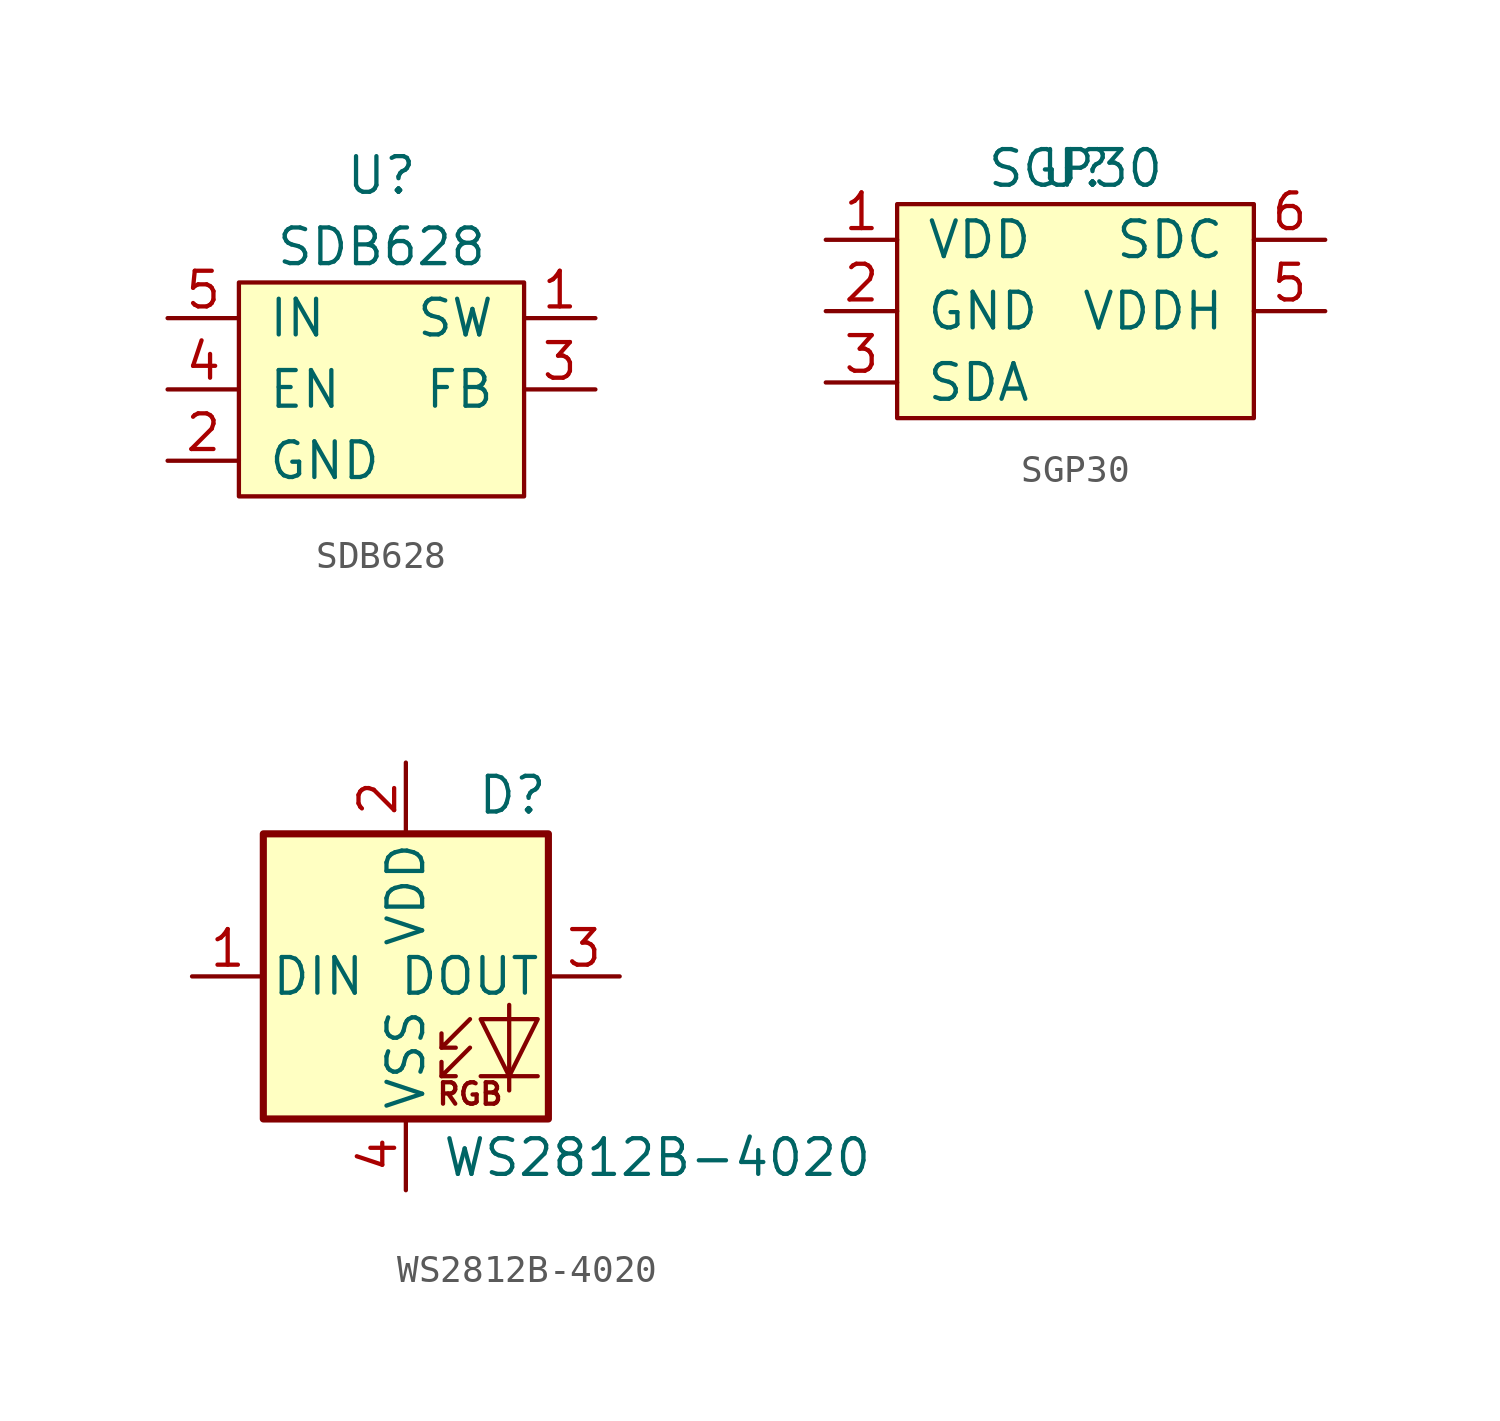
<source format=kicad_sym>
(kicad_symbol_lib
  (version 20211014)
  (generator kicad_symbol_editor)
  (symbol "SDB628"
    (pin_names
      (offset 1.016))
    (property "Reference" "U"
      (at 0 1.27 0)
      (effects (font (size 1.27 1.27))))
    (property "Value" "SDB628"
      (at 0 -1.27 0)
      (effects (font (size 1.27 1.27))))
    (symbol "SDB628_0_0"
      (pin power_out line (at 7.62 -3.81 180) (length 2.54) (name "SW" (effects (font (size 1.27 1.27)))) (number "1" (effects (font (size 1.27 1.27)))))
      (pin input line (at -7.62 -8.89 0) (length 2.54) (name "GND" (effects (font (size 1.27 1.27)))) (number "2" (effects (font (size 1.27 1.27)))))
      (pin input line (at 7.62 -6.35 180) (length 2.54) (name "FB" (effects (font (size 1.27 1.27)))) (number "3" (effects (font (size 1.27 1.27)))))
      (pin input line (at -7.62 -6.35 0) (length 2.54) (name "EN" (effects (font (size 1.27 1.27)))) (number "4" (effects (font (size 1.27 1.27)))))
      (pin power_in line (at -7.62 -3.81 0) (length 2.54) (name "IN" (effects (font (size 1.27 1.27)))) (number "5" (effects (font (size 1.27 1.27)))))
      (pin no_connect line (at 7.62 -8.89 180) (length 2.54) hide (name "NC" (effects (font (size 1.27 1.27)))) (number "6" (effects (font (size 1.27 1.27))))))
    (symbol "SDB628_0_1"
      (rectangle (start -5.08 -2.54) (end 5.08 -10.16) (stroke (width 0) (type default) (color 0 0 0 0)) (fill (type background)))))
  (symbol "SGP30"
    (pin_names
      (offset 1.016))
    (property "Reference" "U"
      (at 0 0 0)
      (effects (font (size 1.27 1.27))))
    (property "Value" "SGP30"
      (at 0 0 0)
      (effects (font (size 1.27 1.27))))
    (symbol "SGP30_0_0"
      (pin power_in line (at -8.89 -2.54 0) (length 2.54) (name "VDD" (effects (font (size 1.27 1.27)))) (number "1" (effects (font (size 1.27 1.27)))))
      (pin power_in line (at -8.89 -5.08 0) (length 2.54) (name "GND" (effects (font (size 1.27 1.27)))) (number "2" (effects (font (size 1.27 1.27)))))
      (pin bidirectional line (at -8.89 -7.62 0) (length 2.54) (name "SDA" (effects (font (size 1.27 1.27)))) (number "3" (effects (font (size 1.27 1.27)))))
      (pin no_connect line (at 8.89 -7.62 180) (length 2.54) hide (name "NC" (effects (font (size 1.27 1.27)))) (number "4" (effects (font (size 1.27 1.27)))))
      (pin power_in line (at 8.89 -5.08 180) (length 2.54) (name "VDDH" (effects (font (size 1.27 1.27)))) (number "5" (effects (font (size 1.27 1.27)))))
      (pin bidirectional line (at 8.89 -2.54 180) (length 2.54) (name "SDC" (effects (font (size 1.27 1.27)))) (number "6" (effects (font (size 1.27 1.27))))))
    (symbol "SGP30_0_1"
      (rectangle (start -6.35 -1.27) (end 6.35 -8.89) (stroke (width 0) (type default) (color 0 0 0 0)) (fill (type background)))))
  (symbol "WS2812B-4020"
    (pin_names
      (offset 0.254))
    (property "Reference" "D"
      (at 5.08 5.715 0)
      (effects (font (size 1.27 1.27)) (justify right bottom)))
    (property "Value" "WS2812B-4020"
      (at 1.27 -5.715 0)
      (effects (font (size 1.27 1.27)) (justify left top)))
    (symbol "WS2812B-4020_0_0"
      (text "RGB" (at 2.286 -4.191 0) (effects (font (size 0.762 0.762)))))
    (symbol "WS2812B-4020_0_1"
      (polyline (pts (xy 1.27 -3.556) (xy 1.778 -3.556)) (stroke (width 0) (type default) (color 0 0 0 0)) (fill (type none)))
      (polyline (pts (xy 1.27 -2.54) (xy 1.778 -2.54)) (stroke (width 0) (type default) (color 0 0 0 0)) (fill (type none)))
      (polyline (pts (xy 4.699 -3.556) (xy 2.667 -3.556)) (stroke (width 0) (type default) (color 0 0 0 0)) (fill (type none)))
      (polyline (pts (xy 2.286 -2.54) (xy 1.27 -3.556) (xy 1.27 -3.048)) (stroke (width 0) (type default) (color 0 0 0 0)) (fill (type none)))
      (polyline (pts (xy 2.286 -1.524) (xy 1.27 -2.54) (xy 1.27 -2.032)) (stroke (width 0) (type default) (color 0 0 0 0)) (fill (type none)))
      (polyline (pts (xy 3.683 -1.016) (xy 3.683 -3.556) (xy 3.683 -4.064)) (stroke (width 0) (type default) (color 0 0 0 0)) (fill (type none)))
      (polyline (pts (xy 4.699 -1.524) (xy 2.667 -1.524) (xy 3.683 -3.556) (xy 4.699 -1.524)) (stroke (width 0) (type default) (color 0 0 0 0)) (fill (type none)))
      (rectangle (start 5.08 5.08) (end -5.08 -5.08) (stroke (width 0.254) (type default) (color 0 0 0 0)) (fill (type background))))
    (symbol "WS2812B-4020_1_1"
      (pin input line (at -7.62 0 0) (length 2.54) (name "DIN" (effects (font (size 1.27 1.27)))) (number "1" (effects (font (size 1.27 1.27)))))
      (pin power_in line (at 0 7.62 270) (length 2.54) (name "VDD" (effects (font (size 1.27 1.27)))) (number "2" (effects (font (size 1.27 1.27)))))
      (pin output line (at 7.62 0 180) (length 2.54) (name "DOUT" (effects (font (size 1.27 1.27)))) (number "3" (effects (font (size 1.27 1.27)))))
      (pin power_in line (at 0 -7.62 90) (length 2.54) (name "VSS" (effects (font (size 1.27 1.27)))) (number "4" (effects (font (size 1.27 1.27))))))))
</source>
